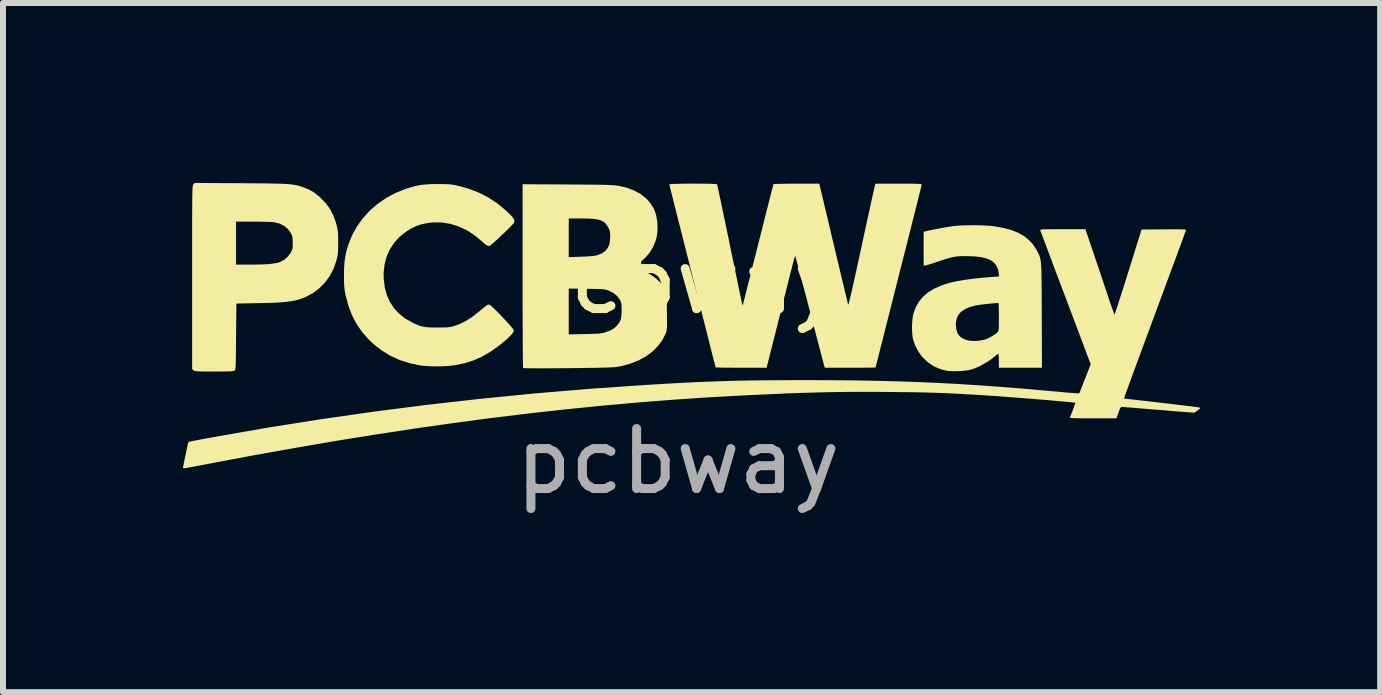
<source format=kicad_pcb>
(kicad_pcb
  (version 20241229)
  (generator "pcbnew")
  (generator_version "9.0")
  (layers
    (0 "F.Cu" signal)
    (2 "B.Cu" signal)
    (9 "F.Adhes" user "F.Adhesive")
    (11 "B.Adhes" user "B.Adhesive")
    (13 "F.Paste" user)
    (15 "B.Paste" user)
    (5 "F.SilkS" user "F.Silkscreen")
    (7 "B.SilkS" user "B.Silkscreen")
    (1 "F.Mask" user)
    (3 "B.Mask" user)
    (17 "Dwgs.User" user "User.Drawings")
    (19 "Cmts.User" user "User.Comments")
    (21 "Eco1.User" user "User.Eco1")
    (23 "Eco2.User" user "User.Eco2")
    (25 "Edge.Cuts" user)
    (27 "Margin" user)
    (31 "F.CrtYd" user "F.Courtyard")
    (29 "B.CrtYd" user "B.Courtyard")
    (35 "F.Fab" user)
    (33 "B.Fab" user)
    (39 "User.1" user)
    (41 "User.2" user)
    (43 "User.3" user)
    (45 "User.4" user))
  (footprint "pcbway"
    (layer "F.Cu")
    (at 8.253 2.139)
    (property "Reference" "pcbway" (at 0 -0.5 0) (unlocked yes) (layer "F.SilkS") (effects (font (size 1 1) (thickness 0.15))))
    (attr smd)
    (fp_poly (pts (xy -7.299 -2.135) (xy -7.144 -2.134) (xy -7.007 -2.133) (xy -6.889 -2.132) (xy -6.786 -2.13) (xy -6.698 -2.128) (xy -6.623 -2.126) (xy -6.56 -2.123) (xy -6.506 -2.12) (xy -6.459 -2.116) (xy -6.42 -2.111) (xy -6.384 -2.105) (xy -6.352 -2.099) (xy -6.322 -2.091) (xy -6.291 -2.082) (xy -6.266 -2.074) (xy -6.163 -2.034) (xy -6.071 -1.983) (xy -5.985 -1.916) (xy -5.956 -1.89) (xy -5.871 -1.8) (xy -5.803 -1.706) (xy -5.748 -1.602) (xy -5.705 -1.484) (xy -5.689 -1.424) (xy -5.68 -1.386) (xy -5.674 -1.35) (xy -5.669 -1.311) (xy -5.667 -1.265) (xy -5.666 -1.206) (xy -5.666 -1.141) (xy -5.666 -1.07) (xy -5.668 -1.015) (xy -5.67 -0.971) (xy -5.675 -0.935) (xy -5.681 -0.9) (xy -5.691 -0.862) (xy -5.694 -0.851) (xy -5.739 -0.717) (xy -5.802 -0.595) (xy -5.881 -0.485) (xy -5.975 -0.388) (xy -6.081 -0.307) (xy -6.2 -0.242) (xy -6.228 -0.23) (xy -6.281 -0.21) (xy -6.335 -0.193) (xy -6.392 -0.178) (xy -6.456 -0.167) (xy -6.529 -0.157) (xy -6.612 -0.15) (xy -6.708 -0.144) (xy -6.82 -0.14) (xy -6.95 -0.137) (xy -6.999 -0.136) (xy -7.362 -0.129) (xy -7.368 0.423) (xy -7.369 0.545) (xy -7.37 0.647) (xy -7.371 0.732) (xy -7.372 0.801) (xy -7.373 0.856) (xy -7.375 0.899) (xy -7.377 0.931) (xy -7.379 0.953) (xy -7.382 0.969) (xy -7.385 0.979) (xy -7.389 0.985) (xy -7.393 0.989) (xy -7.393 0.989) (xy -7.403 0.994) (xy -7.42 0.997) (xy -7.446 1) (xy -7.484 1.002) (xy -7.536 1.003) (xy -7.603 1.004) (xy -7.689 1.004) (xy -7.732 1.004) (xy -7.823 1.004) (xy -7.895 1.004) (xy -7.951 1.003) (xy -7.993 1.002) (xy -8.023 1) (xy -8.044 0.997) (xy -8.058 0.994) (xy -8.069 0.989) (xy -8.075 0.984) (xy -8.1 0.964) (xy -8.1 -0.565) (xy -8.1 -0.774) (xy -8.1 -0.964) (xy -8.1 -1.134) (xy -8.1 -1.136) (xy -7.368 -1.136) (xy -7.368 -0.778) (xy -7.137 -0.778) (xy -7.061 -0.778) (xy -6.984 -0.78) (xy -6.912 -0.782) (xy -6.851 -0.785) (xy -6.804 -0.788) (xy -6.798 -0.789) (xy -6.745 -0.796) (xy -6.693 -0.805) (xy -6.65 -0.816) (xy -6.635 -0.821) (xy -6.567 -0.856) (xy -6.507 -0.909) (xy -6.459 -0.973) (xy -6.455 -0.98) (xy -6.441 -1.008) (xy -6.431 -1.032) (xy -6.426 -1.059) (xy -6.424 -1.096) (xy -6.424 -1.141) (xy -6.424 -1.191) (xy -6.427 -1.227) (xy -6.432 -1.253) (xy -6.442 -1.278) (xy -6.455 -1.303) (xy -6.504 -1.371) (xy -6.568 -1.425) (xy -6.646 -1.463) (xy -6.732 -1.484) (xy -6.762 -1.487) (xy -6.81 -1.489) (xy -6.871 -1.491) (xy -6.942 -1.493) (xy -7.019 -1.494) (xy -7.086 -1.494) (xy -7.368 -1.495) (xy -7.368 -1.136) (xy -8.1 -1.136) (xy -8.1 -1.287) (xy -8.1 -1.422) (xy -8.1 -1.542) (xy -8.099 -1.646) (xy -8.099 -1.737) (xy -8.099 -1.815) (xy -8.098 -1.881) (xy -8.097 -1.936) (xy -8.096 -1.981) (xy -8.095 -2.018) (xy -8.094 -2.047) (xy -8.092 -2.069) (xy -8.09 -2.085) (xy -8.088 -2.097) (xy -8.086 -2.105) (xy -8.084 -2.111) (xy -8.081 -2.115) (xy -8.08 -2.116) (xy -8.059 -2.139)) (stroke (width 0) (type solid)) (fill yes) (layer "F.SilkS"))
    (fp_poly (pts (xy -3.93 -2.121) (xy -3.868 -2.119) (xy -3.817 -2.117) (xy -3.774 -2.112) (xy -3.733 -2.106) (xy -3.691 -2.098) (xy -3.501 -2.047) (xy -3.324 -1.98) (xy -3.159 -1.895) (xy -3.005 -1.793) (xy -2.863 -1.674) (xy -2.85 -1.662) (xy -2.801 -1.614) (xy -2.766 -1.577) (xy -2.744 -1.547) (xy -2.732 -1.523) (xy -2.729 -1.501) (xy -2.732 -1.48) (xy -2.741 -1.467) (xy -2.764 -1.442) (xy -2.797 -1.407) (xy -2.837 -1.366) (xy -2.884 -1.321) (xy -2.933 -1.274) (xy -2.982 -1.228) (xy -3.029 -1.184) (xy -3.071 -1.146) (xy -3.106 -1.117) (xy -3.131 -1.097) (xy -3.141 -1.091) (xy -3.159 -1.089) (xy -3.18 -1.094) (xy -3.206 -1.111) (xy -3.241 -1.14) (xy -3.274 -1.169) (xy -3.396 -1.27) (xy -3.524 -1.352) (xy -3.657 -1.414) (xy -3.795 -1.457) (xy -3.935 -1.48) (xy -4.077 -1.482) (xy -4.165 -1.473) (xy -4.269 -1.452) (xy -4.362 -1.422) (xy -4.453 -1.378) (xy -4.539 -1.323) (xy -4.644 -1.239) (xy -4.732 -1.142) (xy -4.803 -1.034) (xy -4.857 -0.915) (xy -4.891 -0.788) (xy -4.908 -0.652) (xy -4.907 -0.546) (xy -4.89 -0.405) (xy -4.856 -0.275) (xy -4.804 -0.157) (xy -4.735 -0.052) (xy -4.649 0.041) (xy -4.546 0.122) (xy -4.431 0.187) (xy -4.37 0.216) (xy -4.318 0.237) (xy -4.268 0.252) (xy -4.217 0.262) (xy -4.159 0.268) (xy -4.09 0.27) (xy -4.009 0.271) (xy -3.933 0.27) (xy -3.874 0.269) (xy -3.828 0.266) (xy -3.791 0.261) (xy -3.758 0.254) (xy -3.751 0.252) (xy -3.648 0.216) (xy -3.544 0.165) (xy -3.439 0.099) (xy -3.328 0.014) (xy -3.278 -0.028) (xy -3.239 -0.061) (xy -3.204 -0.088) (xy -3.176 -0.106) (xy -3.16 -0.113) (xy -3.16 -0.113) (xy -3.149 -0.111) (xy -3.135 -0.104) (xy -3.116 -0.09) (xy -3.091 -0.068) (xy -3.058 -0.036) (xy -3.015 0.006) (xy -2.961 0.062) (xy -2.902 0.124) (xy -2.847 0.183) (xy -2.805 0.229) (xy -2.775 0.264) (xy -2.755 0.29) (xy -2.743 0.309) (xy -2.739 0.323) (xy -2.739 0.326) (xy -2.747 0.349) (xy -2.772 0.383) (xy -2.811 0.424) (xy -2.863 0.473) (xy -2.926 0.526) (xy -2.998 0.583) (xy -3.004 0.588) (xy -3.142 0.683) (xy -3.278 0.761) (xy -3.417 0.821) (xy -3.563 0.867) (xy -3.721 0.899) (xy -3.756 0.904) (xy -3.823 0.911) (xy -3.904 0.916) (xy -3.992 0.918) (xy -4.082 0.918) (xy -4.168 0.915) (xy -4.243 0.909) (xy -4.29 0.904) (xy -4.469 0.867) (xy -4.636 0.814) (xy -4.79 0.745) (xy -4.934 0.658) (xy -5.068 0.554) (xy -5.154 0.473) (xy -5.265 0.348) (xy -5.358 0.213) (xy -5.435 0.067) (xy -5.495 -0.092) (xy -5.541 -0.264) (xy -5.546 -0.287) (xy -5.555 -0.334) (xy -5.561 -0.379) (xy -5.565 -0.425) (xy -5.568 -0.479) (xy -5.569 -0.544) (xy -5.569 -0.609) (xy -5.567 -0.719) (xy -5.561 -0.814) (xy -5.55 -0.899) (xy -5.534 -0.98) (xy -5.511 -1.064) (xy -5.495 -1.114) (xy -5.432 -1.271) (xy -5.35 -1.417) (xy -5.251 -1.554) (xy -5.137 -1.679) (xy -5.008 -1.791) (xy -4.866 -1.889) (xy -4.711 -1.972) (xy -4.546 -2.039) (xy -4.536 -2.042) (xy -4.448 -2.069) (xy -4.369 -2.09) (xy -4.292 -2.105) (xy -4.213 -2.114) (xy -4.124 -2.119) (xy -4.021 -2.121) (xy -4.009 -2.121)) (stroke (width 0) (type solid)) (fill yes) (layer "F.SilkS"))
    (fp_poly (pts (xy 5.043 -1.433) (xy 5.135 -1.429) (xy 5.215 -1.424) (xy 5.274 -1.417) (xy 5.428 -1.389) (xy 5.563 -1.352) (xy 5.68 -1.305) (xy 5.684 -1.302) (xy 5.769 -1.252) (xy 5.848 -1.188) (xy 5.916 -1.115) (xy 5.97 -1.036) (xy 5.984 -1.01) (xy 5.997 -0.983) (xy 6.009 -0.96) (xy 6.019 -0.938) (xy 6.027 -0.916) (xy 6.034 -0.892) (xy 6.041 -0.866) (xy 6.046 -0.835) (xy 6.05 -0.798) (xy 6.053 -0.753) (xy 6.056 -0.7) (xy 6.058 -0.636) (xy 6.059 -0.56) (xy 6.06 -0.47) (xy 6.061 -0.366) (xy 6.062 -0.245) (xy 6.062 -0.106) (xy 6.063 0.052) (xy 6.063 0.068) (xy 6.066 0.941) (xy 5.707 0.941) (xy 5.348 0.941) (xy 5.348 0.825) (xy 5.347 0.778) (xy 5.345 0.741) (xy 5.342 0.716) (xy 5.339 0.709) (xy 5.328 0.715) (xy 5.304 0.733) (xy 5.272 0.758) (xy 5.247 0.778) (xy 5.186 0.824) (xy 5.113 0.869) (xy 5.036 0.911) (xy 4.959 0.946) (xy 4.888 0.971) (xy 4.863 0.977) (xy 4.811 0.986) (xy 4.745 0.993) (xy 4.673 0.998) (xy 4.601 0.999) (xy 4.537 0.998) (xy 4.489 0.993) (xy 4.374 0.965) (xy 4.266 0.918) (xy 4.169 0.854) (xy 4.084 0.775) (xy 4.012 0.682) (xy 3.956 0.577) (xy 3.917 0.466) (xy 3.907 0.406) (xy 3.901 0.333) (xy 3.9 0.252) (xy 3.901 0.218) (xy 4.631 0.218) (xy 4.638 0.298) (xy 4.658 0.364) (xy 4.694 0.415) (xy 4.745 0.453) (xy 4.813 0.48) (xy 4.845 0.488) (xy 4.902 0.494) (xy 4.97 0.494) (xy 5.04 0.487) (xy 5.103 0.475) (xy 5.132 0.466) (xy 5.189 0.441) (xy 5.247 0.408) (xy 5.298 0.374) (xy 5.325 0.351) (xy 5.332 0.343) (xy 5.338 0.334) (xy 5.342 0.32) (xy 5.345 0.3) (xy 5.347 0.269) (xy 5.348 0.226) (xy 5.348 0.167) (xy 5.348 0.098) (xy 5.348 0.03) (xy 5.347 -0.03) (xy 5.345 -0.08) (xy 5.344 -0.116) (xy 5.341 -0.135) (xy 5.34 -0.138) (xy 5.328 -0.138) (xy 5.299 -0.136) (xy 5.257 -0.133) (xy 5.206 -0.128) (xy 5.152 -0.122) (xy 5.097 -0.116) (xy 5.045 -0.11) (xy 5.002 -0.104) (xy 4.972 -0.099) (xy 4.968 -0.098) (xy 4.866 -0.072) (xy 4.784 -0.037) (xy 4.72 0.006) (xy 4.673 0.059) (xy 4.644 0.122) (xy 4.632 0.196) (xy 4.631 0.218) (xy 3.901 0.218) (xy 3.904 0.171) (xy 3.912 0.096) (xy 3.923 0.043) (xy 3.96 -0.063) (xy 4.013 -0.158) (xy 4.082 -0.241) (xy 4.167 -0.314) (xy 4.27 -0.377) (xy 4.392 -0.431) (xy 4.473 -0.459) (xy 4.557 -0.482) (xy 4.66 -0.504) (xy 4.78 -0.524) (xy 4.914 -0.542) (xy 5.059 -0.558) (xy 5.215 -0.571) (xy 5.245 -0.573) (xy 5.348 -0.58) (xy 5.348 -0.614) (xy 5.345 -0.644) (xy 5.337 -0.682) (xy 5.332 -0.703) (xy 5.306 -0.762) (xy 5.268 -0.81) (xy 5.214 -0.85) (xy 5.145 -0.88) (xy 5.06 -0.901) (xy 4.957 -0.914) (xy 4.835 -0.919) (xy 4.821 -0.919) (xy 4.752 -0.919) (xy 4.699 -0.918) (xy 4.656 -0.915) (xy 4.618 -0.91) (xy 4.579 -0.902) (xy 4.536 -0.892) (xy 4.478 -0.876) (xy 4.41 -0.855) (xy 4.343 -0.833) (xy 4.304 -0.82) (xy 4.253 -0.802) (xy 4.203 -0.786) (xy 4.163 -0.774) (xy 4.138 -0.768) (xy 4.094 -0.76) (xy 4.094 -1.043) (xy 4.094 -1.325) (xy 4.133 -1.335) (xy 4.173 -1.345) (xy 4.228 -1.356) (xy 4.294 -1.369) (xy 4.366 -1.383) (xy 4.439 -1.396) (xy 4.507 -1.407) (xy 4.567 -1.417) (xy 4.605 -1.422) (xy 4.673 -1.428) (xy 4.756 -1.432) (xy 4.849 -1.434) (xy 4.946 -1.435)) (stroke (width 0) (type solid)) (fill yes) (layer "F.SilkS"))
    (fp_poly (pts (xy -1.845 -2.114) (xy -1.696 -2.113) (xy -1.567 -2.112) (xy -1.455 -2.111) (xy -1.36 -2.11) (xy -1.28 -2.109) (xy -1.212 -2.107) (xy -1.157 -2.105) (xy -1.111 -2.103) (xy -1.073 -2.101) (xy -1.042 -2.098) (xy -1.017 -2.095) (xy -0.999 -2.093) (xy -0.859 -2.061) (xy -0.735 -2.015) (xy -0.627 -1.956) (xy -0.534 -1.883) (xy -0.519 -1.869) (xy -0.452 -1.79) (xy -0.401 -1.705) (xy -0.367 -1.611) (xy -0.347 -1.506) (xy -0.342 -1.405) (xy -0.345 -1.316) (xy -0.356 -1.239) (xy -0.377 -1.165) (xy -0.41 -1.086) (xy -0.421 -1.063) (xy -0.472 -0.979) (xy -0.54 -0.899) (xy -0.618 -0.829) (xy -0.686 -0.784) (xy -0.718 -0.764) (xy -0.741 -0.747) (xy -0.75 -0.737) (xy -0.749 -0.735) (xy -0.735 -0.729) (xy -0.707 -0.72) (xy -0.688 -0.715) (xy -0.612 -0.69) (xy -0.531 -0.653) (xy -0.45 -0.606) (xy -0.377 -0.555) (xy -0.318 -0.501) (xy -0.309 -0.493) (xy -0.266 -0.433) (xy -0.23 -0.36) (xy -0.205 -0.283) (xy -0.198 -0.25) (xy -0.195 -0.22) (xy -0.192 -0.172) (xy -0.189 -0.112) (xy -0.187 -0.043) (xy -0.186 0.032) (xy -0.185 0.066) (xy -0.185 0.145) (xy -0.184 0.205) (xy -0.185 0.252) (xy -0.186 0.286) (xy -0.189 0.312) (xy -0.193 0.333) (xy -0.199 0.352) (xy -0.207 0.372) (xy -0.209 0.377) (xy -0.266 0.487) (xy -0.341 0.586) (xy -0.432 0.676) (xy -0.539 0.754) (xy -0.661 0.82) (xy -0.795 0.873) (xy -0.942 0.913) (xy -1.047 0.931) (xy -1.071 0.933) (xy -1.113 0.935) (xy -1.17 0.937) (xy -1.241 0.939) (xy -1.324 0.941) (xy -1.417 0.943) (xy -1.517 0.944) (xy -1.623 0.946) (xy -1.732 0.947) (xy -1.843 0.948) (xy -1.953 0.949) (xy -2.061 0.95) (xy -2.164 0.95) (xy -2.26 0.951) (xy -2.348 0.951) (xy -2.424 0.95) (xy -2.488 0.95) (xy -2.538 0.949) (xy -2.57 0.947) (xy -2.583 0.946) (xy -2.583 0.945) (xy -2.584 0.934) (xy -2.585 0.903) (xy -2.586 0.853) (xy -2.587 0.786) (xy -2.588 0.702) (xy -2.588 0.603) (xy -2.589 0.49) (xy -2.589 0.364) (xy -2.59 0.226) (xy -2.59 0.078) (xy -2.591 0.003) (xy -1.822 0.003) (xy -1.822 0.385) (xy -1.555 0.38) (xy -1.471 0.378) (xy -1.405 0.376) (xy -1.354 0.374) (xy -1.314 0.371) (xy -1.282 0.367) (xy -1.255 0.362) (xy -1.231 0.356) (xy -1.215 0.351) (xy -1.152 0.329) (xy -1.105 0.307) (xy -1.067 0.283) (xy -1.034 0.253) (xy -1.029 0.249) (xy -0.994 0.208) (xy -0.969 0.17) (xy -0.953 0.129) (xy -0.945 0.079) (xy -0.941 0.017) (xy -0.941 -0.013) (xy -0.941 -0.068) (xy -0.943 -0.106) (xy -0.946 -0.134) (xy -0.953 -0.157) (xy -0.963 -0.179) (xy -0.972 -0.196) (xy -1.017 -0.255) (xy -1.078 -0.305) (xy -1.155 -0.344) (xy -1.165 -0.348) (xy -1.184 -0.355) (xy -1.204 -0.36) (xy -1.228 -0.365) (xy -1.257 -0.368) (xy -1.295 -0.37) (xy -1.346 -0.372) (xy -1.41 -0.373) (xy -1.492 -0.374) (xy -1.524 -0.375) (xy -1.822 -0.379) (xy -1.822 0.003) (xy -2.591 0.003) (xy -2.591 -0.079) (xy -2.591 -0.244) (xy -2.591 -0.416) (xy -2.591 -0.59) (xy -2.591 -1.225) (xy -1.822 -1.225) (xy -1.822 -0.902) (xy -1.613 -0.91) (xy -1.53 -0.913) (xy -1.464 -0.918) (xy -1.412 -0.923) (xy -1.372 -0.929) (xy -1.341 -0.937) (xy -1.267 -0.967) (xy -1.21 -1.008) (xy -1.169 -1.06) (xy -1.143 -1.126) (xy -1.132 -1.206) (xy -1.131 -1.237) (xy -1.132 -1.286) (xy -1.135 -1.32) (xy -1.142 -1.349) (xy -1.155 -1.379) (xy -1.163 -1.395) (xy -1.188 -1.437) (xy -1.216 -1.471) (xy -1.251 -1.498) (xy -1.295 -1.518) (xy -1.35 -1.532) (xy -1.418 -1.541) (xy -1.502 -1.546) (xy -1.605 -1.547) (xy -1.613 -1.547) (xy -1.822 -1.547) (xy -1.822 -1.225) (xy -2.591 -1.225) (xy -2.591 -2.118)) (stroke (width 0) (type solid)) (fill yes) (layer "F.SilkS"))
    (fp_poly (pts (xy 0.368 -2.127) (xy 0.442 -2.127) (xy 0.509 -2.126) (xy 0.566 -2.124) (xy 0.611 -2.122) (xy 0.64 -2.12) (xy 0.651 -2.117) (xy 0.654 -2.105) (xy 0.661 -2.075) (xy 0.671 -2.026) (xy 0.685 -1.961) (xy 0.702 -1.881) (xy 0.722 -1.788) (xy 0.744 -1.682) (xy 0.768 -1.566) (xy 0.794 -1.441) (xy 0.822 -1.307) (xy 0.851 -1.168) (xy 0.862 -1.114) (xy 0.891 -0.972) (xy 0.919 -0.836) (xy 0.946 -0.708) (xy 0.971 -0.588) (xy 0.994 -0.478) (xy 1.014 -0.38) (xy 1.032 -0.294) (xy 1.047 -0.223) (xy 1.058 -0.168) (xy 1.066 -0.13) (xy 1.071 -0.111) (xy 1.071 -0.109) (xy 1.078 -0.106) (xy 1.082 -0.113) (xy 1.085 -0.126) (xy 1.093 -0.157) (xy 1.106 -0.206) (xy 1.122 -0.271) (xy 1.142 -0.351) (xy 1.166 -0.444) (xy 1.193 -0.549) (xy 1.222 -0.665) (xy 1.253 -0.79) (xy 1.287 -0.922) (xy 1.322 -1.061) (xy 1.336 -1.12) (xy 1.372 -1.26) (xy 1.406 -1.395) (xy 1.438 -1.523) (xy 1.468 -1.642) (xy 1.496 -1.751) (xy 1.521 -1.849) (xy 1.542 -1.933) (xy 1.56 -2.004) (xy 1.575 -2.059) (xy 1.584 -2.097) (xy 1.59 -2.116) (xy 1.591 -2.119) (xy 1.602 -2.121) (xy 1.632 -2.122) (xy 1.678 -2.124) (xy 1.739 -2.125) (xy 1.81 -2.126) (xy 1.891 -2.127) (xy 1.974 -2.127) (xy 2.353 -2.127) (xy 2.364 -2.088) (xy 2.367 -2.072) (xy 2.376 -2.037) (xy 2.388 -1.985) (xy 2.405 -1.916) (xy 2.425 -1.833) (xy 2.447 -1.737) (xy 2.473 -1.63) (xy 2.501 -1.512) (xy 2.531 -1.386) (xy 2.562 -1.253) (xy 2.595 -1.115) (xy 2.601 -1.089) (xy 2.634 -0.95) (xy 2.666 -0.817) (xy 2.696 -0.69) (xy 2.724 -0.573) (xy 2.75 -0.465) (xy 2.773 -0.369) (xy 2.793 -0.286) (xy 2.81 -0.217) (xy 2.823 -0.164) (xy 2.832 -0.128) (xy 2.836 -0.111) (xy 2.837 -0.11) (xy 2.84 -0.116) (xy 2.848 -0.143) (xy 2.86 -0.19) (xy 2.876 -0.256) (xy 2.896 -0.341) (xy 2.919 -0.445) (xy 2.947 -0.568) (xy 2.978 -0.708) (xy 3.012 -0.866) (xy 3.05 -1.041) (xy 3.06 -1.085) (xy 3.09 -1.227) (xy 3.12 -1.363) (xy 3.148 -1.493) (xy 3.174 -1.613) (xy 3.199 -1.724) (xy 3.22 -1.824) (xy 3.24 -1.911) (xy 3.256 -1.983) (xy 3.268 -2.04) (xy 3.277 -2.08) (xy 3.282 -2.101) (xy 3.283 -2.104) (xy 3.292 -2.127) (xy 3.677 -2.127) (xy 3.779 -2.127) (xy 3.863 -2.127) (xy 3.929 -2.126) (xy 3.979 -2.125) (xy 4.016 -2.123) (xy 4.04 -2.121) (xy 4.055 -2.118) (xy 4.061 -2.115) (xy 4.062 -2.113) (xy 4.059 -2.101) (xy 4.052 -2.07) (xy 4.04 -2.021) (xy 4.023 -1.955) (xy 4.003 -1.873) (xy 3.979 -1.776) (xy 3.951 -1.665) (xy 3.92 -1.542) (xy 3.886 -1.408) (xy 3.85 -1.264) (xy 3.811 -1.11) (xy 3.77 -0.949) (xy 3.727 -0.78) (xy 3.683 -0.607) (xy 3.677 -0.582) (xy 3.633 -0.407) (xy 3.59 -0.238) (xy 3.549 -0.076) (xy 3.51 0.078) (xy 3.473 0.223) (xy 3.439 0.358) (xy 3.408 0.482) (xy 3.379 0.593) (xy 3.355 0.691) (xy 3.334 0.774) (xy 3.317 0.841) (xy 3.304 0.892) (xy 3.296 0.925) (xy 3.292 0.938) (xy 3.292 0.938) (xy 3.282 0.939) (xy 3.253 0.939) (xy 3.207 0.94) (xy 3.147 0.94) (xy 3.075 0.941) (xy 2.993 0.941) (xy 2.903 0.941) (xy 2.87 0.941) (xy 2.448 0.941) (xy 2.439 0.917) (xy 2.435 0.904) (xy 2.426 0.871) (xy 2.413 0.821) (xy 2.396 0.756) (xy 2.375 0.675) (xy 2.35 0.582) (xy 2.323 0.478) (xy 2.293 0.363) (xy 2.261 0.24) (xy 2.227 0.11) (xy 2.194 -0.016) (xy 2.159 -0.15) (xy 2.126 -0.278) (xy 2.094 -0.399) (xy 2.065 -0.511) (xy 2.038 -0.613) (xy 2.014 -0.703) (xy 1.993 -0.78) (xy 1.976 -0.842) (xy 1.963 -0.888) (xy 1.955 -0.916) (xy 1.952 -0.925) (xy 1.948 -0.915) (xy 1.94 -0.887) (xy 1.927 -0.841) (xy 1.911 -0.781) (xy 1.892 -0.707) (xy 1.87 -0.621) (xy 1.846 -0.526) (xy 1.82 -0.423) (xy 1.796 -0.327) (xy 1.765 -0.205) (xy 1.734 -0.078) (xy 1.702 0.049) (xy 1.67 0.175) (xy 1.64 0.294) (xy 1.612 0.405) (xy 1.587 0.502) (xy 1.567 0.584) (xy 1.561 0.606) (xy 1.476 0.941) (xy 1.05 0.941) (xy 0.958 0.941) (xy 0.872 0.94) (xy 0.796 0.94) (xy 0.731 0.939) (xy 0.679 0.938) (xy 0.644 0.937) (xy 0.626 0.935) (xy 0.625 0.935) (xy 0.622 0.924) (xy 0.615 0.894) (xy 0.603 0.846) (xy 0.586 0.78) (xy 0.566 0.699) (xy 0.541 0.603) (xy 0.514 0.493) (xy 0.483 0.371) (xy 0.449 0.238) (xy 0.413 0.094) (xy 0.374 -0.059) (xy 0.333 -0.22) (xy 0.29 -0.388) (xy 0.246 -0.562) (xy 0.24 -0.588) (xy 0.196 -0.762) (xy 0.153 -0.931) (xy 0.112 -1.094) (xy 0.072 -1.248) (xy 0.036 -1.394) (xy 0.001 -1.529) (xy -0.03 -1.654) (xy -0.058 -1.766) (xy -0.083 -1.864) (xy -0.104 -1.948) (xy -0.121 -2.017) (xy -0.134 -2.068) (xy -0.142 -2.101) (xy -0.145 -2.115) (xy -0.145 -2.116) (xy -0.135 -2.119) (xy -0.107 -2.121) (xy -0.063 -2.123) (xy -0.006 -2.125) (xy 0.06 -2.126) (xy 0.134 -2.127) (xy 0.211 -2.128) (xy 0.291 -2.128)) (stroke (width 0) (type solid)) (fill yes) (layer "F.SilkS"))
    (fp_poly (pts (xy 6.885 -1.091) (xy 6.91 -1.018) (xy 6.94 -0.928) (xy 6.974 -0.827) (xy 7.011 -0.718) (xy 7.049 -0.607) (xy 7.086 -0.495) (xy 7.121 -0.39) (xy 7.124 -0.38) (xy 7.155 -0.289) (xy 7.183 -0.204) (xy 7.209 -0.128) (xy 7.232 -0.062) (xy 7.251 -0.009) (xy 7.265 0.029) (xy 7.274 0.051) (xy 7.276 0.055) (xy 7.28 0.045) (xy 7.29 0.017) (xy 7.305 -0.028) (xy 7.325 -0.089) (xy 7.349 -0.163) (xy 7.377 -0.25) (xy 7.408 -0.347) (xy 7.442 -0.452) (xy 7.477 -0.565) (xy 7.505 -0.654) (xy 7.727 -1.363) (xy 8.099 -1.366) (xy 8.198 -1.366) (xy 8.277 -1.367) (xy 8.34 -1.367) (xy 8.387 -1.366) (xy 8.421 -1.365) (xy 8.444 -1.363) (xy 8.458 -1.361) (xy 8.465 -1.358) (xy 8.467 -1.353) (xy 8.467 -1.35) (xy 8.462 -1.338) (xy 8.451 -1.307) (xy 8.434 -1.259) (xy 8.41 -1.195) (xy 8.381 -1.115) (xy 8.346 -1.022) (xy 8.307 -0.915) (xy 8.263 -0.796) (xy 8.215 -0.667) (xy 8.164 -0.529) (xy 8.109 -0.382) (xy 8.052 -0.227) (xy 7.993 -0.067) (xy 7.949 0.052) (xy 7.888 0.216) (xy 7.829 0.375) (xy 7.773 0.527) (xy 7.72 0.671) (xy 7.67 0.807) (xy 7.623 0.932) (xy 7.581 1.047) (xy 7.544 1.15) (xy 7.511 1.239) (xy 7.483 1.314) (xy 7.462 1.373) (xy 7.447 1.416) (xy 7.438 1.44) (xy 7.436 1.447) (xy 7.444 1.456) (xy 7.452 1.458) (xy 7.468 1.459) (xy 7.501 1.462) (xy 7.552 1.468) (xy 7.616 1.475) (xy 7.692 1.484) (xy 7.777 1.493) (xy 7.869 1.504) (xy 7.966 1.515) (xy 8.065 1.527) (xy 8.164 1.538) (xy 8.261 1.55) (xy 8.353 1.561) (xy 8.438 1.571) (xy 8.514 1.58) (xy 8.578 1.588) (xy 8.628 1.595) (xy 8.662 1.599) (xy 8.672 1.601) (xy 8.696 1.606) (xy 8.704 1.614) (xy 8.696 1.626) (xy 8.672 1.645) (xy 8.653 1.658) (xy 8.606 1.691) (xy 8.319 1.669) (xy 8.224 1.661) (xy 8.115 1.652) (xy 8 1.643) (xy 7.886 1.634) (xy 7.78 1.625) (xy 7.731 1.621) (xy 7.652 1.614) (xy 7.579 1.608) (xy 7.515 1.603) (xy 7.463 1.599) (xy 7.425 1.596) (xy 7.404 1.595) (xy 7.403 1.595) (xy 7.39 1.596) (xy 7.379 1.604) (xy 7.368 1.621) (xy 7.356 1.651) (xy 7.342 1.69) (xy 7.308 1.784) (xy 6.917 1.784) (xy 6.813 1.784) (xy 6.727 1.784) (xy 6.66 1.783) (xy 6.608 1.782) (xy 6.572 1.78) (xy 6.548 1.778) (xy 6.535 1.775) (xy 6.532 1.771) (xy 6.532 1.771) (xy 6.555 1.713) (xy 6.577 1.657) (xy 6.596 1.607) (xy 6.61 1.566) (xy 6.619 1.538) (xy 6.622 1.526) (xy 6.622 1.526) (xy 6.61 1.523) (xy 6.579 1.519) (xy 6.53 1.514) (xy 6.466 1.508) (xy 6.388 1.501) (xy 6.298 1.493) (xy 6.198 1.484) (xy 6.09 1.475) (xy 5.976 1.466) (xy 5.857 1.456) (xy 5.736 1.447) (xy 5.614 1.437) (xy 5.492 1.428) (xy 5.374 1.419) (xy 5.26 1.411) (xy 5.153 1.404) (xy 5.055 1.397) (xy 4.966 1.392) (xy 4.927 1.389) (xy 4.789 1.382) (xy 4.664 1.375) (xy 4.55 1.369) (xy 4.443 1.364) (xy 4.339 1.36) (xy 4.236 1.357) (xy 4.131 1.354) (xy 4.019 1.351) (xy 3.899 1.349) (xy 3.766 1.348) (xy 3.618 1.346) (xy 3.493 1.345) (xy 3.268 1.343) (xy 3.057 1.343) (xy 2.856 1.344) (xy 2.659 1.346) (xy 2.462 1.35) (xy 2.26 1.355) (xy 2.049 1.361) (xy 1.824 1.369) (xy 1.716 1.374) (xy 1.117 1.401) (xy 0.52 1.434) (xy -0.077 1.474) (xy -0.675 1.521) (xy -1.277 1.575) (xy -1.883 1.636) (xy -2.494 1.704) (xy -3.113 1.779) (xy -3.74 1.862) (xy -4.377 1.953) (xy -5.026 2.052) (xy -5.687 2.158) (xy -6.362 2.274) (xy -7.053 2.397) (xy -7.762 2.53) (xy -8.098 2.594) (xy -8.163 2.606) (xy -8.21 2.614) (xy -8.239 2.616) (xy -8.252 2.614) (xy -8.253 2.612) (xy -8.251 2.597) (xy -8.245 2.566) (xy -8.237 2.523) (xy -8.226 2.471) (xy -8.214 2.414) (xy -8.202 2.356) (xy -8.19 2.3) (xy -8.18 2.252) (xy -8.171 2.214) (xy -8.165 2.191) (xy -8.163 2.185) (xy -8.161 2.182) (xy -8.157 2.179) (xy -8.15 2.176) (xy -8.136 2.172) (xy -8.116 2.168) (xy -8.087 2.162) (xy -8.047 2.154) (xy -7.994 2.144) (xy -7.927 2.131) (xy -7.844 2.116) (xy -7.743 2.098) (xy -7.677 2.086) (xy -6.825 1.937) (xy -5.957 1.8) (xy -5.078 1.674) (xy -4.189 1.56) (xy -3.294 1.459) (xy -2.395 1.37) (xy -1.496 1.294) (xy -0.599 1.232) (xy -0.419 1.221) (xy -0.209 1.208) (xy -0.014 1.198) (xy 0.169 1.188) (xy 0.344 1.18) (xy 0.511 1.173) (xy 0.676 1.167) (xy 0.839 1.162) (xy 1.004 1.157) (xy 1.174 1.154) (xy 1.352 1.152) (xy 1.539 1.15) (xy 1.74 1.149) (xy 1.957 1.148) (xy 2.169 1.148) (xy 2.564 1.149) (xy 2.941 1.152) (xy 3.304 1.159) (xy 3.656 1.168) (xy 4.001 1.18) (xy 4.343 1.195) (xy 4.685 1.213) (xy 5.029 1.235) (xy 5.381 1.26) (xy 5.743 1.289) (xy 6.119 1.322) (xy 6.176 1.327) (xy 6.269 1.336) (xy 6.357 1.343) (xy 6.438 1.351) (xy 6.509 1.357) (xy 6.568 1.361) (xy 6.611 1.365) (xy 6.636 1.366) (xy 6.638 1.366) (xy 6.689 1.368) (xy 6.784 1.126) (xy 6.879 0.884) (xy 6.46 -0.229) (xy 6.404 -0.376) (xy 6.351 -0.517) (xy 6.3 -0.651) (xy 6.253 -0.778) (xy 6.209 -0.896) (xy 6.168 -1.002) (xy 6.133 -1.098) (xy 6.102 -1.18) (xy 6.076 -1.248) (xy 6.056 -1.3) (xy 6.043 -1.336) (xy 6.036 -1.353) (xy 6.036 -1.355) (xy 6.039 -1.359) (xy 6.051 -1.361) (xy 6.075 -1.364) (xy 6.112 -1.366) (xy 6.163 -1.367) (xy 6.231 -1.368) (xy 6.317 -1.368) (xy 6.411 -1.368) (xy 6.79 -1.368)) (stroke (width 0) (type solid)) (fill yes) (layer "F.SilkS"))
    (fp_text user "${REFERENCE}" (at 0 2.5 0) (unlocked yes) (layer "F.Fab") (effects (font (size 1 1) (thickness 0.15)))))
  (gr_rect
    (start -3 -3)
    (end 19.957 8.488)
    (stroke (width 0.1) (type default))
    (fill no)
    (layer "Edge.Cuts")))
</source>
